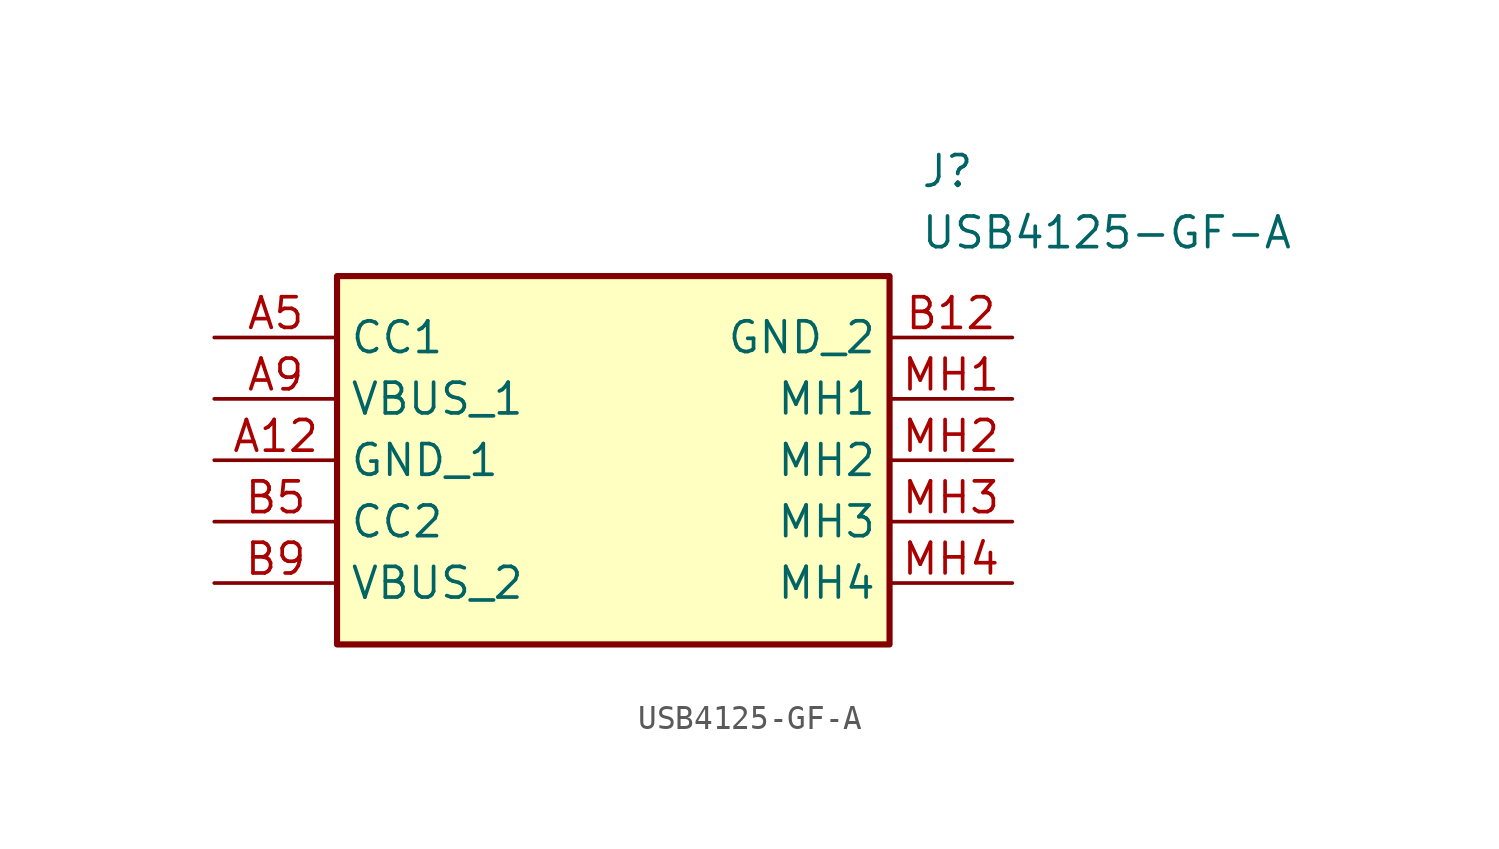
<source format=kicad_sym>
(kicad_symbol_lib
  (version 20211014)
  (generator SamacSys_ECAD_Model)
  (symbol "USB4125-GF-A"
    (property "Reference" "J"
      (at 29.21 7.62 0)
      (effects (font (size 1.27 1.27)) (justify left top)))
    (property "Value" "USB4125-GF-A"
      (at 29.21 5.08 0)
      (effects (font (size 1.27 1.27)) (justify left top)))
    (rectangle
      (start 5.08 2.54)
      (end 27.94 -12.7)
      (stroke (width 0.254) (type default))
      (fill (type background)))
    (pin passive line
      (at 0 0 0)
      (length 5.08)
      (name "CC1" (effects (font (size 1.27 1.27))))
      (number "A5" (effects (font (size 1.27 1.27)))))
    (pin passive line
      (at 0 -2.54 0)
      (length 5.08)
      (name "VBUS_1" (effects (font (size 1.27 1.27))))
      (number "A9" (effects (font (size 1.27 1.27)))))
    (pin passive line
      (at 0 -5.08 0)
      (length 5.08)
      (name "GND_1" (effects (font (size 1.27 1.27))))
      (number "A12" (effects (font (size 1.27 1.27)))))
    (pin passive line
      (at 0 -7.62 0)
      (length 5.08)
      (name "CC2" (effects (font (size 1.27 1.27))))
      (number "B5" (effects (font (size 1.27 1.27)))))
    (pin passive line
      (at 0 -10.16 0)
      (length 5.08)
      (name "VBUS_2" (effects (font (size 1.27 1.27))))
      (number "B9" (effects (font (size 1.27 1.27)))))
    (pin passive line
      (at 33.02 0 180)
      (length 5.08)
      (name "GND_2" (effects (font (size 1.27 1.27))))
      (number "B12" (effects (font (size 1.27 1.27)))))
    (pin passive line
      (at 33.02 -2.54 180)
      (length 5.08)
      (name "MH1" (effects (font (size 1.27 1.27))))
      (number "MH1" (effects (font (size 1.27 1.27)))))
    (pin passive line
      (at 33.02 -5.08 180)
      (length 5.08)
      (name "MH2" (effects (font (size 1.27 1.27))))
      (number "MH2" (effects (font (size 1.27 1.27)))))
    (pin passive line
      (at 33.02 -7.62 180)
      (length 5.08)
      (name "MH3" (effects (font (size 1.27 1.27))))
      (number "MH3" (effects (font (size 1.27 1.27)))))
    (pin passive line
      (at 33.02 -10.16 180)
      (length 5.08)
      (name "MH4" (effects (font (size 1.27 1.27))))
      (number "MH4" (effects (font (size 1.27 1.27)))))))
</source>
